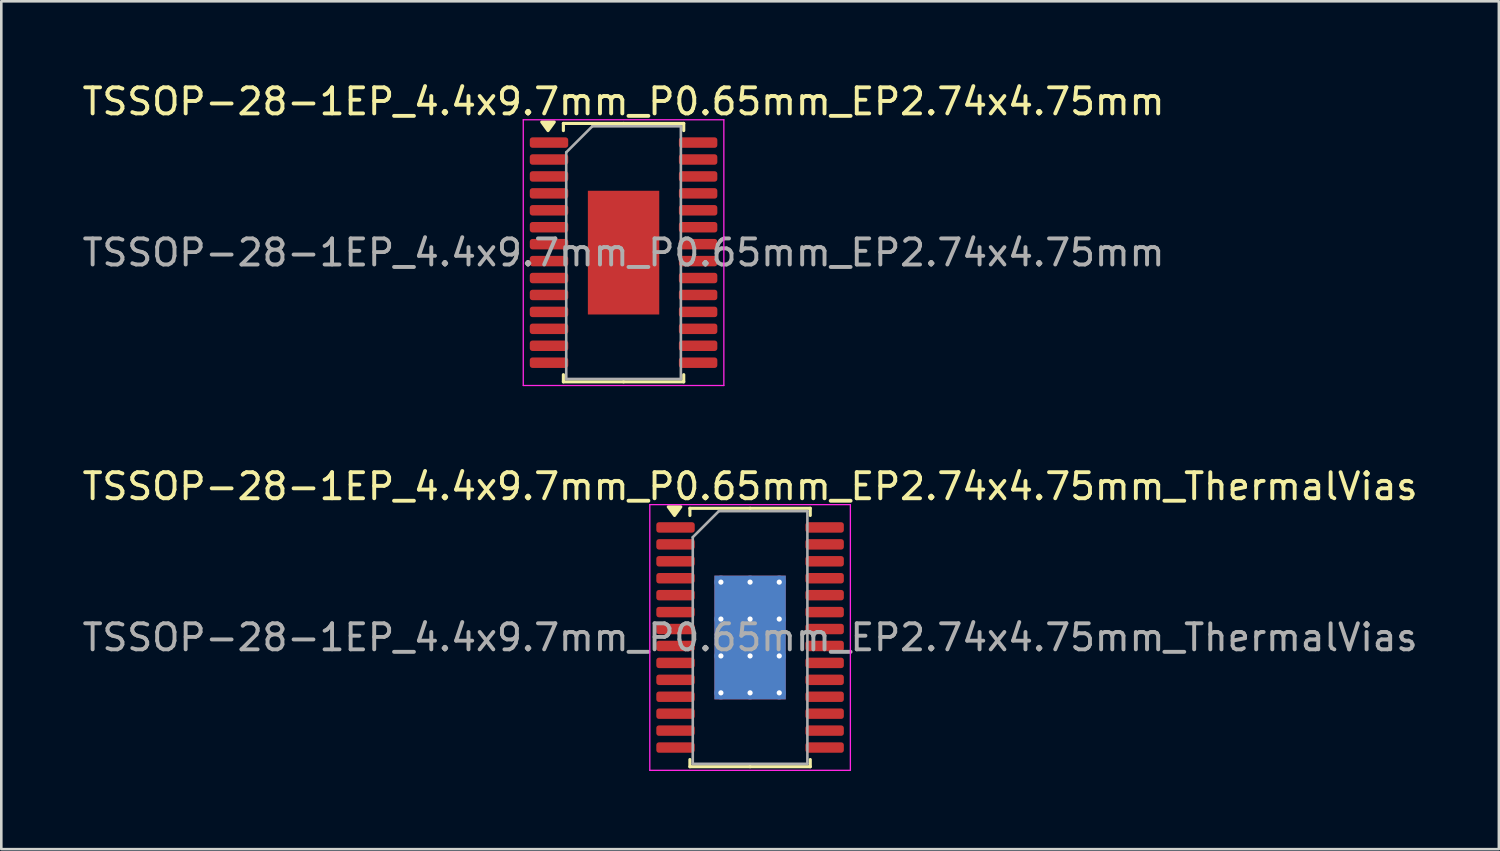
<source format=kicad_pcb>
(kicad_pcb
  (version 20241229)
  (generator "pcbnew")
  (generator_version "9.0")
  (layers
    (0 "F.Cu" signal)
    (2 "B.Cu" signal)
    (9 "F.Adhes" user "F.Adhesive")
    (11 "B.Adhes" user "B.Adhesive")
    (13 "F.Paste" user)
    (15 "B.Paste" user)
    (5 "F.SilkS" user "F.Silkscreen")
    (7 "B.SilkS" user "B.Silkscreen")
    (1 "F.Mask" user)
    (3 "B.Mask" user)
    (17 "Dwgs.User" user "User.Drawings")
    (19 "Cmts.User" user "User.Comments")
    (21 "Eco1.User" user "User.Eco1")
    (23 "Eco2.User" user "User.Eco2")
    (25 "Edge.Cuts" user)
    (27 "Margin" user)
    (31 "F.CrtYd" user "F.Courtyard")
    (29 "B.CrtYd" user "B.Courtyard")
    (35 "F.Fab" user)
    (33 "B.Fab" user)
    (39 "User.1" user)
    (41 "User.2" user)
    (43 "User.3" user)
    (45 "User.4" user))
  (footprint "TSSOP-28-1EP_4.4x9.7mm_P0.65mm_EP2.74x4.75mm"
    (layer "F.Cu")
    (at 20.887 6.648)
    (property "Reference" "TSSOP-28-1EP_4.4x9.7mm_P0.65mm_EP2.74x4.75mm" (at 0 -5.8 0) (layer "F.SilkS") (effects (font (size 1 1) (thickness 0.15))))
    (attr smd)
    (fp_line (start -2.31 -4.96) (end -2.31 -4.685) (stroke (width 0.12) (type solid)) (layer "F.SilkS"))
    (fp_line (start -2.31 4.96) (end -2.31 4.685) (stroke (width 0.12) (type solid)) (layer "F.SilkS"))
    (fp_line (start 0 -4.96) (end -2.31 -4.96) (stroke (width 0.12) (type solid)) (layer "F.SilkS"))
    (fp_line (start 0 -4.96) (end 2.31 -4.96) (stroke (width 0.12) (type solid)) (layer "F.SilkS"))
    (fp_line (start 0 4.96) (end -2.31 4.96) (stroke (width 0.12) (type solid)) (layer "F.SilkS"))
    (fp_line (start 0 4.96) (end 2.31 4.96) (stroke (width 0.12) (type solid)) (layer "F.SilkS"))
    (fp_line (start 2.31 -4.96) (end 2.31 -4.685) (stroke (width 0.12) (type solid)) (layer "F.SilkS"))
    (fp_line (start 2.31 4.96) (end 2.31 4.685) (stroke (width 0.12) (type solid)) (layer "F.SilkS"))
    (fp_poly (pts (xy -2.9 -4.685) (xy -3.14 -5.015) (xy -2.66 -5.015) (xy -2.9 -4.685)) (stroke (width 0.12) (type solid)) (fill yes) (layer "F.SilkS"))
    (fp_line (start -3.85 -5.1) (end -3.85 5.1) (stroke (width 0.05) (type solid)) (layer "F.CrtYd"))
    (fp_line (start -3.85 5.1) (end 3.85 5.1) (stroke (width 0.05) (type solid)) (layer "F.CrtYd"))
    (fp_line (start 3.85 -5.1) (end -3.85 -5.1) (stroke (width 0.05) (type solid)) (layer "F.CrtYd"))
    (fp_line (start 3.85 5.1) (end 3.85 -5.1) (stroke (width 0.05) (type solid)) (layer "F.CrtYd"))
    (fp_line (start -2.2 -3.85) (end -1.2 -4.85) (stroke (width 0.1) (type solid)) (layer "F.Fab"))
    (fp_line (start -2.2 4.85) (end -2.2 -3.85) (stroke (width 0.1) (type solid)) (layer "F.Fab"))
    (fp_line (start -1.2 -4.85) (end 2.2 -4.85) (stroke (width 0.1) (type solid)) (layer "F.Fab"))
    (fp_line (start 2.2 -4.85) (end 2.2 4.85) (stroke (width 0.1) (type solid)) (layer "F.Fab"))
    (fp_line (start 2.2 4.85) (end -2.2 4.85) (stroke (width 0.1) (type solid)) (layer "F.Fab"))
    (fp_text user "${REFERENCE}" (at 0 0 0) (layer "F.Fab") (effects (font (size 1 1) (thickness 0.15))))
    (pad "" smd roundrect (at -0.685 -1.58) (size 1.1 1.28) (layers "F.Paste") (roundrect_rratio 0.227))
    (pad "" smd roundrect (at -0.685 0) (size 1.1 1.28) (layers "F.Paste") (roundrect_rratio 0.227))
    (pad "" smd roundrect (at -0.685 1.58) (size 1.1 1.28) (layers "F.Paste") (roundrect_rratio 0.227))
    (pad "" smd roundrect (at 0.685 -1.58) (size 1.1 1.28) (layers "F.Paste") (roundrect_rratio 0.227))
    (pad "" smd roundrect (at 0.685 0) (size 1.1 1.28) (layers "F.Paste") (roundrect_rratio 0.227))
    (pad "" smd roundrect (at 0.685 1.58) (size 1.1 1.28) (layers "F.Paste") (roundrect_rratio 0.227))
    (pad "1" smd roundrect (at -2.862 -4.225) (size 1.475 0.4) (layers "F.Cu" "F.Mask" "F.Paste") (roundrect_rratio 0.25))
    (pad "2" smd roundrect (at -2.862 -3.575) (size 1.475 0.4) (layers "F.Cu" "F.Mask" "F.Paste") (roundrect_rratio 0.25))
    (pad "3" smd roundrect (at -2.862 -2.925) (size 1.475 0.4) (layers "F.Cu" "F.Mask" "F.Paste") (roundrect_rratio 0.25))
    (pad "4" smd roundrect (at -2.862 -2.275) (size 1.475 0.4) (layers "F.Cu" "F.Mask" "F.Paste") (roundrect_rratio 0.25))
    (pad "5" smd roundrect (at -2.862 -1.625) (size 1.475 0.4) (layers "F.Cu" "F.Mask" "F.Paste") (roundrect_rratio 0.25))
    (pad "6" smd roundrect (at -2.862 -0.975) (size 1.475 0.4) (layers "F.Cu" "F.Mask" "F.Paste") (roundrect_rratio 0.25))
    (pad "7" smd roundrect (at -2.862 -0.325) (size 1.475 0.4) (layers "F.Cu" "F.Mask" "F.Paste") (roundrect_rratio 0.25))
    (pad "8" smd roundrect (at -2.862 0.325) (size 1.475 0.4) (layers "F.Cu" "F.Mask" "F.Paste") (roundrect_rratio 0.25))
    (pad "9" smd roundrect (at -2.862 0.975) (size 1.475 0.4) (layers "F.Cu" "F.Mask" "F.Paste") (roundrect_rratio 0.25))
    (pad "10" smd roundrect (at -2.862 1.625) (size 1.475 0.4) (layers "F.Cu" "F.Mask" "F.Paste") (roundrect_rratio 0.25))
    (pad "11" smd roundrect (at -2.862 2.275) (size 1.475 0.4) (layers "F.Cu" "F.Mask" "F.Paste") (roundrect_rratio 0.25))
    (pad "12" smd roundrect (at -2.862 2.925) (size 1.475 0.4) (layers "F.Cu" "F.Mask" "F.Paste") (roundrect_rratio 0.25))
    (pad "13" smd roundrect (at -2.862 3.575) (size 1.475 0.4) (layers "F.Cu" "F.Mask" "F.Paste") (roundrect_rratio 0.25))
    (pad "14" smd roundrect (at -2.862 4.225) (size 1.475 0.4) (layers "F.Cu" "F.Mask" "F.Paste") (roundrect_rratio 0.25))
    (pad "15" smd roundrect (at 2.862 4.225) (size 1.475 0.4) (layers "F.Cu" "F.Mask" "F.Paste") (roundrect_rratio 0.25))
    (pad "16" smd roundrect (at 2.862 3.575) (size 1.475 0.4) (layers "F.Cu" "F.Mask" "F.Paste") (roundrect_rratio 0.25))
    (pad "17" smd roundrect (at 2.862 2.925) (size 1.475 0.4) (layers "F.Cu" "F.Mask" "F.Paste") (roundrect_rratio 0.25))
    (pad "18" smd roundrect (at 2.862 2.275) (size 1.475 0.4) (layers "F.Cu" "F.Mask" "F.Paste") (roundrect_rratio 0.25))
    (pad "19" smd roundrect (at 2.862 1.625) (size 1.475 0.4) (layers "F.Cu" "F.Mask" "F.Paste") (roundrect_rratio 0.25))
    (pad "20" smd roundrect (at 2.862 0.975) (size 1.475 0.4) (layers "F.Cu" "F.Mask" "F.Paste") (roundrect_rratio 0.25))
    (pad "21" smd roundrect (at 2.862 0.325) (size 1.475 0.4) (layers "F.Cu" "F.Mask" "F.Paste") (roundrect_rratio 0.25))
    (pad "22" smd roundrect (at 2.862 -0.325) (size 1.475 0.4) (layers "F.Cu" "F.Mask" "F.Paste") (roundrect_rratio 0.25))
    (pad "23" smd roundrect (at 2.862 -0.975) (size 1.475 0.4) (layers "F.Cu" "F.Mask" "F.Paste") (roundrect_rratio 0.25))
    (pad "24" smd roundrect (at 2.862 -1.625) (size 1.475 0.4) (layers "F.Cu" "F.Mask" "F.Paste") (roundrect_rratio 0.25))
    (pad "25" smd roundrect (at 2.862 -2.275) (size 1.475 0.4) (layers "F.Cu" "F.Mask" "F.Paste") (roundrect_rratio 0.25))
    (pad "26" smd roundrect (at 2.862 -2.925) (size 1.475 0.4) (layers "F.Cu" "F.Mask" "F.Paste") (roundrect_rratio 0.25))
    (pad "27" smd roundrect (at 2.862 -3.575) (size 1.475 0.4) (layers "F.Cu" "F.Mask" "F.Paste") (roundrect_rratio 0.25))
    (pad "28" smd roundrect (at 2.862 -4.225) (size 1.475 0.4) (layers "F.Cu" "F.Mask" "F.Paste") (roundrect_rratio 0.25))
    (pad "29" smd rect (at 0 0) (size 2.74 4.75) (property pad_prop_heatsink) (layers "F.Cu" "F.Mask")))
  (footprint "TSSOP-28-1EP_4.4x9.7mm_P0.65mm_EP2.74x4.75mm_ThermalVias"
    (layer "F.Cu")
    (at 25.744 21.422)
    (property "Reference" "TSSOP-28-1EP_4.4x9.7mm_P0.65mm_EP2.74x4.75mm_ThermalVias" (at 0 -5.8 0) (layer "F.SilkS") (effects (font (size 1 1) (thickness 0.15))))
    (attr smd)
    (fp_line (start -2.31 -4.96) (end -2.31 -4.685) (stroke (width 0.12) (type solid)) (layer "F.SilkS"))
    (fp_line (start -2.31 4.96) (end -2.31 4.685) (stroke (width 0.12) (type solid)) (layer "F.SilkS"))
    (fp_line (start 0 -4.96) (end -2.31 -4.96) (stroke (width 0.12) (type solid)) (layer "F.SilkS"))
    (fp_line (start 0 -4.96) (end 2.31 -4.96) (stroke (width 0.12) (type solid)) (layer "F.SilkS"))
    (fp_line (start 0 4.96) (end -2.31 4.96) (stroke (width 0.12) (type solid)) (layer "F.SilkS"))
    (fp_line (start 0 4.96) (end 2.31 4.96) (stroke (width 0.12) (type solid)) (layer "F.SilkS"))
    (fp_line (start 2.31 -4.96) (end 2.31 -4.685) (stroke (width 0.12) (type solid)) (layer "F.SilkS"))
    (fp_line (start 2.31 4.96) (end 2.31 4.685) (stroke (width 0.12) (type solid)) (layer "F.SilkS"))
    (fp_poly (pts (xy -2.9 -4.685) (xy -3.14 -5.015) (xy -2.66 -5.015) (xy -2.9 -4.685)) (stroke (width 0.12) (type solid)) (fill yes) (layer "F.SilkS"))
    (fp_line (start -3.85 -5.1) (end -3.85 5.1) (stroke (width 0.05) (type solid)) (layer "F.CrtYd"))
    (fp_line (start -3.85 5.1) (end 3.85 5.1) (stroke (width 0.05) (type solid)) (layer "F.CrtYd"))
    (fp_line (start 3.85 -5.1) (end -3.85 -5.1) (stroke (width 0.05) (type solid)) (layer "F.CrtYd"))
    (fp_line (start 3.85 5.1) (end 3.85 -5.1) (stroke (width 0.05) (type solid)) (layer "F.CrtYd"))
    (fp_line (start -2.2 -3.85) (end -1.2 -4.85) (stroke (width 0.1) (type solid)) (layer "F.Fab"))
    (fp_line (start -2.2 4.85) (end -2.2 -3.85) (stroke (width 0.1) (type solid)) (layer "F.Fab"))
    (fp_line (start -1.2 -4.85) (end 2.2 -4.85) (stroke (width 0.1) (type solid)) (layer "F.Fab"))
    (fp_line (start 2.2 -4.85) (end 2.2 4.85) (stroke (width 0.1) (type solid)) (layer "F.Fab"))
    (fp_line (start 2.2 4.85) (end -2.2 4.85) (stroke (width 0.1) (type solid)) (layer "F.Fab"))
    (fp_text user "${REFERENCE}" (at 0 0 0) (layer "F.Fab") (effects (font (size 1 1) (thickness 0.15))))
    (pad "" smd roundrect (at -0.685 -1.58) (size 1.1 1.28) (layers "F.Paste") (roundrect_rratio 0.227))
    (pad "" smd roundrect (at -0.685 0) (size 1.1 1.28) (layers "F.Paste") (roundrect_rratio 0.227))
    (pad "" smd roundrect (at -0.685 1.58) (size 1.1 1.28) (layers "F.Paste") (roundrect_rratio 0.227))
    (pad "" smd roundrect (at 0.685 -1.58) (size 1.1 1.28) (layers "F.Paste") (roundrect_rratio 0.227))
    (pad "" smd roundrect (at 0.685 0) (size 1.1 1.28) (layers "F.Paste") (roundrect_rratio 0.227))
    (pad "" smd roundrect (at 0.685 1.58) (size 1.1 1.28) (layers "F.Paste") (roundrect_rratio 0.227))
    (pad "1" smd roundrect (at -2.862 -4.225) (size 1.475 0.4) (layers "F.Cu" "F.Mask" "F.Paste") (roundrect_rratio 0.25))
    (pad "2" smd roundrect (at -2.862 -3.575) (size 1.475 0.4) (layers "F.Cu" "F.Mask" "F.Paste") (roundrect_rratio 0.25))
    (pad "3" smd roundrect (at -2.862 -2.925) (size 1.475 0.4) (layers "F.Cu" "F.Mask" "F.Paste") (roundrect_rratio 0.25))
    (pad "4" smd roundrect (at -2.862 -2.275) (size 1.475 0.4) (layers "F.Cu" "F.Mask" "F.Paste") (roundrect_rratio 0.25))
    (pad "5" smd roundrect (at -2.862 -1.625) (size 1.475 0.4) (layers "F.Cu" "F.Mask" "F.Paste") (roundrect_rratio 0.25))
    (pad "6" smd roundrect (at -2.862 -0.975) (size 1.475 0.4) (layers "F.Cu" "F.Mask" "F.Paste") (roundrect_rratio 0.25))
    (pad "7" smd roundrect (at -2.862 -0.325) (size 1.475 0.4) (layers "F.Cu" "F.Mask" "F.Paste") (roundrect_rratio 0.25))
    (pad "8" smd roundrect (at -2.862 0.325) (size 1.475 0.4) (layers "F.Cu" "F.Mask" "F.Paste") (roundrect_rratio 0.25))
    (pad "9" smd roundrect (at -2.862 0.975) (size 1.475 0.4) (layers "F.Cu" "F.Mask" "F.Paste") (roundrect_rratio 0.25))
    (pad "10" smd roundrect (at -2.862 1.625) (size 1.475 0.4) (layers "F.Cu" "F.Mask" "F.Paste") (roundrect_rratio 0.25))
    (pad "11" smd roundrect (at -2.862 2.275) (size 1.475 0.4) (layers "F.Cu" "F.Mask" "F.Paste") (roundrect_rratio 0.25))
    (pad "12" smd roundrect (at -2.862 2.925) (size 1.475 0.4) (layers "F.Cu" "F.Mask" "F.Paste") (roundrect_rratio 0.25))
    (pad "13" smd roundrect (at -2.862 3.575) (size 1.475 0.4) (layers "F.Cu" "F.Mask" "F.Paste") (roundrect_rratio 0.25))
    (pad "14" smd roundrect (at -2.862 4.225) (size 1.475 0.4) (layers "F.Cu" "F.Mask" "F.Paste") (roundrect_rratio 0.25))
    (pad "15" smd roundrect (at 2.862 4.225) (size 1.475 0.4) (layers "F.Cu" "F.Mask" "F.Paste") (roundrect_rratio 0.25))
    (pad "16" smd roundrect (at 2.862 3.575) (size 1.475 0.4) (layers "F.Cu" "F.Mask" "F.Paste") (roundrect_rratio 0.25))
    (pad "17" smd roundrect (at 2.862 2.925) (size 1.475 0.4) (layers "F.Cu" "F.Mask" "F.Paste") (roundrect_rratio 0.25))
    (pad "18" smd roundrect (at 2.862 2.275) (size 1.475 0.4) (layers "F.Cu" "F.Mask" "F.Paste") (roundrect_rratio 0.25))
    (pad "19" smd roundrect (at 2.862 1.625) (size 1.475 0.4) (layers "F.Cu" "F.Mask" "F.Paste") (roundrect_rratio 0.25))
    (pad "20" smd roundrect (at 2.862 0.975) (size 1.475 0.4) (layers "F.Cu" "F.Mask" "F.Paste") (roundrect_rratio 0.25))
    (pad "21" smd roundrect (at 2.862 0.325) (size 1.475 0.4) (layers "F.Cu" "F.Mask" "F.Paste") (roundrect_rratio 0.25))
    (pad "22" smd roundrect (at 2.862 -0.325) (size 1.475 0.4) (layers "F.Cu" "F.Mask" "F.Paste") (roundrect_rratio 0.25))
    (pad "23" smd roundrect (at 2.862 -0.975) (size 1.475 0.4) (layers "F.Cu" "F.Mask" "F.Paste") (roundrect_rratio 0.25))
    (pad "24" smd roundrect (at 2.862 -1.625) (size 1.475 0.4) (layers "F.Cu" "F.Mask" "F.Paste") (roundrect_rratio 0.25))
    (pad "25" smd roundrect (at 2.862 -2.275) (size 1.475 0.4) (layers "F.Cu" "F.Mask" "F.Paste") (roundrect_rratio 0.25))
    (pad "26" smd roundrect (at 2.862 -2.925) (size 1.475 0.4) (layers "F.Cu" "F.Mask" "F.Paste") (roundrect_rratio 0.25))
    (pad "27" smd roundrect (at 2.862 -3.575) (size 1.475 0.4) (layers "F.Cu" "F.Mask" "F.Paste") (roundrect_rratio 0.25))
    (pad "28" smd roundrect (at 2.862 -4.225) (size 1.475 0.4) (layers "F.Cu" "F.Mask" "F.Paste") (roundrect_rratio 0.25))
    (pad "29" thru_hole circle (at -1.12 -2.125) (size 0.5 0.5) (drill 0.2) (property pad_prop_heatsink) (layers "*.Cu"))
    (pad "29" thru_hole circle (at -1.12 -0.708) (size 0.5 0.5) (drill 0.2) (property pad_prop_heatsink) (layers "*.Cu"))
    (pad "29" thru_hole circle (at -1.12 0.708) (size 0.5 0.5) (drill 0.2) (property pad_prop_heatsink) (layers "*.Cu"))
    (pad "29" thru_hole circle (at -1.12 2.125) (size 0.5 0.5) (drill 0.2) (property pad_prop_heatsink) (layers "*.Cu"))
    (pad "29" thru_hole circle (at 0 -2.125) (size 0.5 0.5) (drill 0.2) (property pad_prop_heatsink) (layers "*.Cu"))
    (pad "29" thru_hole circle (at 0 -0.708) (size 0.5 0.5) (drill 0.2) (property pad_prop_heatsink) (layers "*.Cu"))
    (pad "29" smd rect (at 0 0) (size 2.74 4.75) (property pad_prop_heatsink) (layers "F.Cu" "F.Mask"))
    (pad "29" smd rect (at 0 0) (size 2.74 4.75) (property pad_prop_heatsink) (layers "B.Cu"))
    (pad "29" thru_hole circle (at 0 0.708) (size 0.5 0.5) (drill 0.2) (property pad_prop_heatsink) (layers "*.Cu"))
    (pad "29" thru_hole circle (at 0 2.125) (size 0.5 0.5) (drill 0.2) (property pad_prop_heatsink) (layers "*.Cu"))
    (pad "29" thru_hole circle (at 1.12 -2.125) (size 0.5 0.5) (drill 0.2) (property pad_prop_heatsink) (layers "*.Cu"))
    (pad "29" thru_hole circle (at 1.12 -0.708) (size 0.5 0.5) (drill 0.2) (property pad_prop_heatsink) (layers "*.Cu"))
    (pad "29" thru_hole circle (at 1.12 0.708) (size 0.5 0.5) (drill 0.2) (property pad_prop_heatsink) (layers "*.Cu"))
    (pad "29" thru_hole circle (at 1.12 2.125) (size 0.5 0.5) (drill 0.2) (property pad_prop_heatsink) (layers "*.Cu")))
  (gr_rect
    (start -3 -3)
    (end 54.488 29.547)
    (stroke (width 0.1) (type default))
    (fill no)
    (layer "Edge.Cuts")))
</source>
